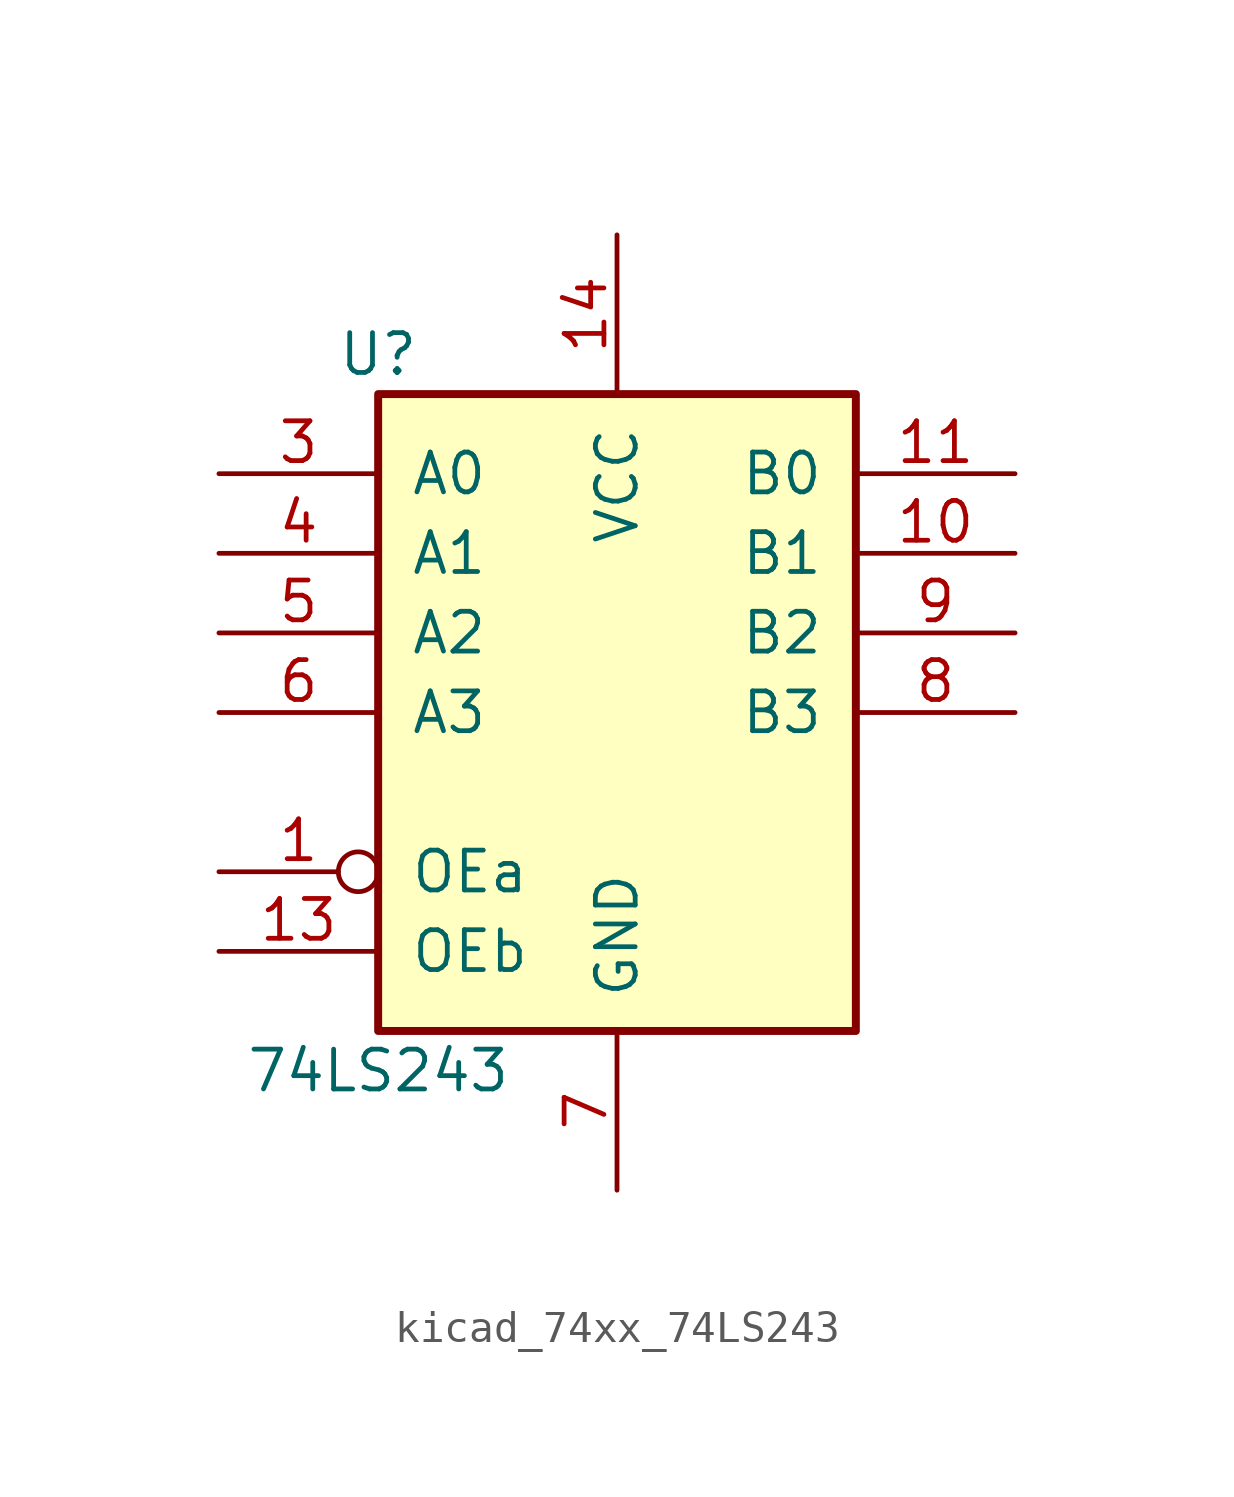
<source format=kicad_sym>
(kicad_symbol_lib
  (version 20220914)
  (generator kicad_symbol_editor)
  (symbol "kicad_74xx_74LS243"
    (pin_names
      (offset 1.016))
    (property "Reference" "U"
      (at -7.62 11.43 0)
      (effects (font (size 1.27 1.27))))
    (property "Value" "74LS243"
      (at -7.62 -11.43 0)
      (effects (font (size 1.27 1.27))))
    (property "ki_locked" ""
      (at 0 0 0)
      (effects (font (size 1.27 1.27))))
    (symbol "kicad_74xx_74LS243_1_0"
      (pin input inverted (at -12.7 -5.08 0) (length 5.08) (name "OEa" (effects (font (size 1.27 1.27)))) (number "1" (effects (font (size 1.27 1.27)))))
      (pin tri_state line (at 12.7 5.08 180) (length 5.08) (name "B1" (effects (font (size 1.27 1.27)))) (number "10" (effects (font (size 1.27 1.27)))))
      (pin tri_state line (at 12.7 7.62 180) (length 5.08) (name "B0" (effects (font (size 1.27 1.27)))) (number "11" (effects (font (size 1.27 1.27)))))
      (pin input line (at -12.7 -7.62 0) (length 5.08) (name "OEb" (effects (font (size 1.27 1.27)))) (number "13" (effects (font (size 1.27 1.27)))))
      (pin power_in line (at 0 15.24 270) (length 5.08) (name "VCC" (effects (font (size 1.27 1.27)))) (number "14" (effects (font (size 1.27 1.27)))))
      (pin input line (at -12.7 7.62 0) (length 5.08) (name "A0" (effects (font (size 1.27 1.27)))) (number "3" (effects (font (size 1.27 1.27)))))
      (pin input line (at -12.7 5.08 0) (length 5.08) (name "A1" (effects (font (size 1.27 1.27)))) (number "4" (effects (font (size 1.27 1.27)))))
      (pin input line (at -12.7 2.54 0) (length 5.08) (name "A2" (effects (font (size 1.27 1.27)))) (number "5" (effects (font (size 1.27 1.27)))))
      (pin input line (at -12.7 0 0) (length 5.08) (name "A3" (effects (font (size 1.27 1.27)))) (number "6" (effects (font (size 1.27 1.27)))))
      (pin power_in line (at 0 -15.24 90) (length 5.08) (name "GND" (effects (font (size 1.27 1.27)))) (number "7" (effects (font (size 1.27 1.27)))))
      (pin tri_state line (at 12.7 0 180) (length 5.08) (name "B3" (effects (font (size 1.27 1.27)))) (number "8" (effects (font (size 1.27 1.27)))))
      (pin tri_state line (at 12.7 2.54 180) (length 5.08) (name "B2" (effects (font (size 1.27 1.27)))) (number "9" (effects (font (size 1.27 1.27))))))
    (symbol "kicad_74xx_74LS243_1_1"
      (rectangle (start -7.62 10.16) (end 7.62 -10.16) (stroke (width 0.254) (type default)) (fill (type background))))))
</source>
